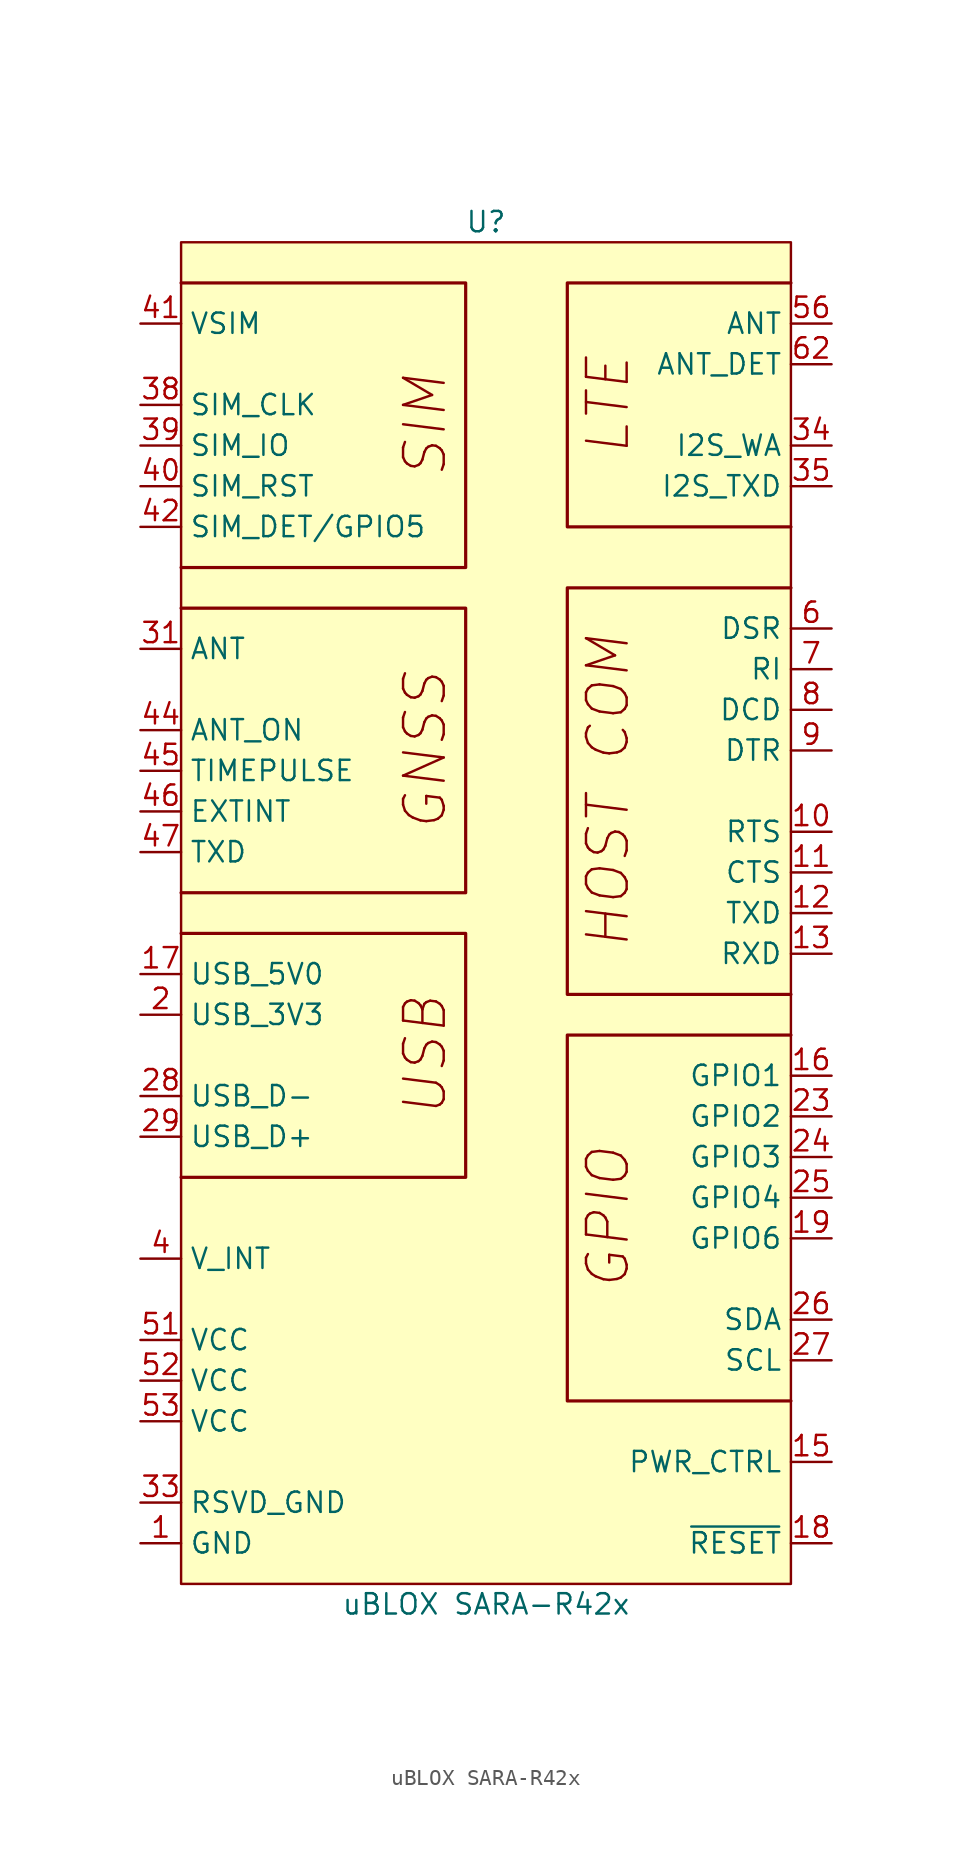
<source format=kicad_sym>
(kicad_symbol_lib
  (version 20220914)
  (generator kicad_symbol_editor)
  (symbol "uBLOX SARA-R42x"
    (property "Reference" "U"
      (at 19.05 1.27 0)
      (effects (font (size 1.27 1.27))))
    (property "Value" "uBLOX SARA-R42x"
      (at 19.05 -85.09 0)
      (effects (font (size 1.27 1.27))))
    (symbol "uBLOX SARA-R42x_0_0"
      (polyline (pts (xy 0 -58.42) (xy 17.78 -58.42) (xy 17.78 -43.18) (xy 0 -43.18)) (stroke (width 0.2) (type default)) (fill (type none)))
      (polyline (pts (xy 0 -40.64) (xy 17.78 -40.64) (xy 17.78 -22.86) (xy 0 -22.86)) (stroke (width 0.2) (type default)) (fill (type none)))
      (polyline (pts (xy 0 -20.32) (xy 17.78 -20.32) (xy 17.78 -2.54) (xy 0 -2.54)) (stroke (width 0.2) (type default)) (fill (type none)))
      (polyline (pts (xy 38.1 -72.39) (xy 24.13 -72.39) (xy 24.13 -49.53) (xy 38.1 -49.53)) (stroke (width 0.2) (type default)) (fill (type none)))
      (polyline (pts (xy 38.1 -46.99) (xy 24.13 -46.99) (xy 24.13 -21.59) (xy 38.1 -21.59)) (stroke (width 0.2) (type default)) (fill (type none)))
      (polyline (pts (xy 38.1 -17.78) (xy 24.13 -17.78) (xy 24.13 -2.54) (xy 38.1 -2.54)) (stroke (width 0.2) (type default)) (fill (type none)))
      (rectangle (start 0 0) (end 38.1 -83.82) (stroke (width 0) (type default)) (fill (type background)))
      (text "GNSS" (at 15.24 -31.75 900) (effects (font (size 2.54 2.54) italic)))
      (text "GPIO" (at 26.67 -60.96 900) (effects (font (size 2.54 2.54) italic)))
      (text "HOST COM" (at 26.67 -34.29 900) (effects (font (size 2.54 2.54) italic)))
      (text "LTE" (at 26.67 -10.16 900) (effects (font (size 2.54 2.54) italic)))
      (text "SIM" (at 15.24 -11.43 900) (effects (font (size 2.54 2.54) italic)))
      (text "USB" (at 15.24 -50.8 900) (effects (font (size 2.54 2.54) italic))))
    (symbol "uBLOX SARA-R42x_1_1"
      (pin power_in line (at -2.54 -81.28 0) (length 2.54) (name "GND" (effects (font (size 1.27 1.27)))) (number "1" (effects (font (size 1.27 1.27)))))
      (pin input line (at 40.64 -36.83 180) (length 2.54) (name "RTS" (effects (font (size 1.27 1.27)))) (number "10" (effects (font (size 1.27 1.27)))))
      (pin output line (at 40.64 -39.37 180) (length 2.54) (name "CTS" (effects (font (size 1.27 1.27)))) (number "11" (effects (font (size 1.27 1.27)))))
      (pin input line (at 40.64 -41.91 180) (length 2.54) (name "TXD" (effects (font (size 1.27 1.27)))) (number "12" (effects (font (size 1.27 1.27)))))
      (pin output line (at 40.64 -44.45 180) (length 2.54) (name "RXD" (effects (font (size 1.27 1.27)))) (number "13" (effects (font (size 1.27 1.27)))))
      (pin passive line (at -2.54 -81.28 0) (length 2.54) hide (name "GND" (effects (font (size 1.27 1.27)))) (number "14" (effects (font (size 1.27 1.27)))))
      (pin input line (at 40.64 -76.2 180) (length 2.54) (name "PWR_CTRL" (effects (font (size 1.27 1.27)))) (number "15" (effects (font (size 1.27 1.27)))))
      (pin bidirectional line (at 40.64 -52.07 180) (length 2.54) (name "GPIO1" (effects (font (size 1.27 1.27)))) (number "16" (effects (font (size 1.27 1.27)))))
      (pin input line (at -2.54 -45.72 0) (length 2.54) (name "USB_5V0" (effects (font (size 1.27 1.27)))) (number "17" (effects (font (size 1.27 1.27)))))
      (pin input line (at 40.64 -81.28 180) (length 2.54) (name "~{RESET}" (effects (font (size 1.27 1.27)))) (number "18" (effects (font (size 1.27 1.27)))))
      (pin bidirectional line (at 40.64 -62.23 180) (length 2.54) (name "GPIO6" (effects (font (size 1.27 1.27)))) (number "19" (effects (font (size 1.27 1.27)))))
      (pin power_out line (at -2.54 -48.26 0) (length 2.54) (name "USB_3V3" (effects (font (size 1.27 1.27)))) (number "2" (effects (font (size 1.27 1.27)))))
      (pin passive line (at -2.54 -81.28 0) (length 2.54) hide (name "GND" (effects (font (size 1.27 1.27)))) (number "20" (effects (font (size 1.27 1.27)))))
      (pin passive line (at -2.54 -81.28 0) (length 2.54) hide (name "GND" (effects (font (size 1.27 1.27)))) (number "21" (effects (font (size 1.27 1.27)))))
      (pin passive line (at -2.54 -81.28 0) (length 2.54) hide (name "GND" (effects (font (size 1.27 1.27)))) (number "22" (effects (font (size 1.27 1.27)))))
      (pin bidirectional line (at 40.64 -54.61 180) (length 2.54) (name "GPIO2" (effects (font (size 1.27 1.27)))) (number "23" (effects (font (size 1.27 1.27)))))
      (pin bidirectional line (at 40.64 -57.15 180) (length 2.54) (name "GPIO3" (effects (font (size 1.27 1.27)))) (number "24" (effects (font (size 1.27 1.27)))))
      (pin bidirectional line (at 40.64 -59.69 180) (length 2.54) (name "GPIO4" (effects (font (size 1.27 1.27)))) (number "25" (effects (font (size 1.27 1.27)))))
      (pin bidirectional line (at 40.64 -67.31 180) (length 2.54) (name "SDA" (effects (font (size 1.27 1.27)))) (number "26" (effects (font (size 1.27 1.27)))))
      (pin output line (at 40.64 -69.85 180) (length 2.54) (name "SCL" (effects (font (size 1.27 1.27)))) (number "27" (effects (font (size 1.27 1.27)))))
      (pin bidirectional line (at -2.54 -53.34 0) (length 2.54) (name "USB_D-" (effects (font (size 1.27 1.27)))) (number "28" (effects (font (size 1.27 1.27)))))
      (pin bidirectional line (at -2.54 -55.88 0) (length 2.54) (name "USB_D+" (effects (font (size 1.27 1.27)))) (number "29" (effects (font (size 1.27 1.27)))))
      (pin passive line (at -2.54 -81.28 0) (length 2.54) hide (name "GND" (effects (font (size 1.27 1.27)))) (number "3" (effects (font (size 1.27 1.27)))))
      (pin passive line (at -2.54 -81.28 0) (length 2.54) hide (name "GND" (effects (font (size 1.27 1.27)))) (number "30" (effects (font (size 1.27 1.27)))))
      (pin passive line (at -2.54 -25.4 0) (length 2.54) (name "ANT" (effects (font (size 1.27 1.27)))) (number "31" (effects (font (size 1.27 1.27)))))
      (pin passive line (at -2.54 -81.28 0) (length 2.54) hide (name "GND" (effects (font (size 1.27 1.27)))) (number "32" (effects (font (size 1.27 1.27)))))
      (pin passive line (at -2.54 -78.74 0) (length 2.54) (name "RSVD_GND" (effects (font (size 1.27 1.27)))) (number "33" (effects (font (size 1.27 1.27)))))
      (pin bidirectional line (at 40.64 -12.7 180) (length 2.54) (name "I2S_WA" (effects (font (size 1.27 1.27)))) (number "34" (effects (font (size 1.27 1.27)))))
      (pin output line (at 40.64 -15.24 180) (length 2.54) (name "I2S_TXD" (effects (font (size 1.27 1.27)))) (number "35" (effects (font (size 1.27 1.27)))))
      (pin output line (at -2.54 -10.16 0) (length 2.54) (name "SIM_CLK" (effects (font (size 1.27 1.27)))) (number "38" (effects (font (size 1.27 1.27)))))
      (pin bidirectional line (at -2.54 -12.7 0) (length 2.54) (name "SIM_IO" (effects (font (size 1.27 1.27)))) (number "39" (effects (font (size 1.27 1.27)))))
      (pin power_out line (at -2.54 -63.5 0) (length 2.54) (name "V_INT" (effects (font (size 1.27 1.27)))) (number "4" (effects (font (size 1.27 1.27)))))
      (pin output line (at -2.54 -15.24 0) (length 2.54) (name "SIM_RST" (effects (font (size 1.27 1.27)))) (number "40" (effects (font (size 1.27 1.27)))))
      (pin power_out line (at -2.54 -5.08 0) (length 2.54) (name "VSIM" (effects (font (size 1.27 1.27)))) (number "41" (effects (font (size 1.27 1.27)))))
      (pin input line (at -2.54 -17.78 0) (length 2.54) (name "SIM_DET/GPIO5" (effects (font (size 1.27 1.27)))) (number "42" (effects (font (size 1.27 1.27)))))
      (pin passive line (at -2.54 -81.28 0) (length 2.54) hide (name "GND" (effects (font (size 1.27 1.27)))) (number "43" (effects (font (size 1.27 1.27)))))
      (pin output line (at -2.54 -30.48 0) (length 2.54) (name "ANT_ON" (effects (font (size 1.27 1.27)))) (number "44" (effects (font (size 1.27 1.27)))))
      (pin output line (at -2.54 -33.02 0) (length 2.54) (name "TIMEPULSE" (effects (font (size 1.27 1.27)))) (number "45" (effects (font (size 1.27 1.27)))))
      (pin input line (at -2.54 -35.56 0) (length 2.54) (name "EXTINT" (effects (font (size 1.27 1.27)))) (number "46" (effects (font (size 1.27 1.27)))))
      (pin output line (at -2.54 -38.1 0) (length 2.54) (name "TXD" (effects (font (size 1.27 1.27)))) (number "47" (effects (font (size 1.27 1.27)))))
      (pin passive line (at -2.54 -81.28 0) (length 2.54) hide (name "GND" (effects (font (size 1.27 1.27)))) (number "5" (effects (font (size 1.27 1.27)))))
      (pin passive line (at -2.54 -81.28 0) (length 2.54) hide (name "GND" (effects (font (size 1.27 1.27)))) (number "50" (effects (font (size 1.27 1.27)))))
      (pin power_in line (at -2.54 -68.58 0) (length 2.54) (name "VCC" (effects (font (size 1.27 1.27)))) (number "51" (effects (font (size 1.27 1.27)))))
      (pin power_in line (at -2.54 -71.12 0) (length 2.54) (name "VCC" (effects (font (size 1.27 1.27)))) (number "52" (effects (font (size 1.27 1.27)))))
      (pin power_in line (at -2.54 -73.66 0) (length 2.54) (name "VCC" (effects (font (size 1.27 1.27)))) (number "53" (effects (font (size 1.27 1.27)))))
      (pin passive line (at -2.54 -81.28 0) (length 2.54) hide (name "GND" (effects (font (size 1.27 1.27)))) (number "54" (effects (font (size 1.27 1.27)))))
      (pin passive line (at -2.54 -81.28 0) (length 2.54) hide (name "GND" (effects (font (size 1.27 1.27)))) (number "55" (effects (font (size 1.27 1.27)))))
      (pin passive line (at 40.64 -5.08 180) (length 2.54) (name "ANT" (effects (font (size 1.27 1.27)))) (number "56" (effects (font (size 1.27 1.27)))))
      (pin passive line (at -2.54 -81.28 0) (length 2.54) hide (name "GND" (effects (font (size 1.27 1.27)))) (number "57" (effects (font (size 1.27 1.27)))))
      (pin passive line (at -2.54 -81.28 0) (length 2.54) hide (name "GND" (effects (font (size 1.27 1.27)))) (number "58" (effects (font (size 1.27 1.27)))))
      (pin passive line (at -2.54 -81.28 0) (length 2.54) hide (name "GND" (effects (font (size 1.27 1.27)))) (number "59" (effects (font (size 1.27 1.27)))))
      (pin output line (at 40.64 -24.13 180) (length 2.54) (name "DSR" (effects (font (size 1.27 1.27)))) (number "6" (effects (font (size 1.27 1.27)))))
      (pin passive line (at -2.54 -81.28 0) (length 2.54) hide (name "GND" (effects (font (size 1.27 1.27)))) (number "60" (effects (font (size 1.27 1.27)))))
      (pin passive line (at -2.54 -81.28 0) (length 2.54) hide (name "GND" (effects (font (size 1.27 1.27)))) (number "61" (effects (font (size 1.27 1.27)))))
      (pin input line (at 40.64 -7.62 180) (length 2.54) (name "ANT_DET" (effects (font (size 1.27 1.27)))) (number "62" (effects (font (size 1.27 1.27)))))
      (pin passive line (at -2.54 -81.28 0) (length 2.54) hide (name "GND" (effects (font (size 1.27 1.27)))) (number "63" (effects (font (size 1.27 1.27)))))
      (pin passive line (at -2.54 -81.28 0) (length 2.54) hide (name "GND" (effects (font (size 1.27 1.27)))) (number "64" (effects (font (size 1.27 1.27)))))
      (pin passive line (at -2.54 -81.28 0) (length 2.54) hide (name "GND" (effects (font (size 1.27 1.27)))) (number "65" (effects (font (size 1.27 1.27)))))
      (pin passive line (at -2.54 -81.28 0) (length 2.54) hide (name "GND" (effects (font (size 1.27 1.27)))) (number "66" (effects (font (size 1.27 1.27)))))
      (pin passive line (at -2.54 -81.28 0) (length 2.54) hide (name "GND" (effects (font (size 1.27 1.27)))) (number "67" (effects (font (size 1.27 1.27)))))
      (pin passive line (at -2.54 -81.28 0) (length 2.54) hide (name "GND" (effects (font (size 1.27 1.27)))) (number "68" (effects (font (size 1.27 1.27)))))
      (pin passive line (at -2.54 -81.28 0) (length 2.54) hide (name "GND" (effects (font (size 1.27 1.27)))) (number "69" (effects (font (size 1.27 1.27)))))
      (pin output line (at 40.64 -26.67 180) (length 2.54) (name "RI" (effects (font (size 1.27 1.27)))) (number "7" (effects (font (size 1.27 1.27)))))
      (pin passive line (at -2.54 -81.28 0) (length 2.54) hide (name "GND" (effects (font (size 1.27 1.27)))) (number "70" (effects (font (size 1.27 1.27)))))
      (pin passive line (at -2.54 -81.28 0) (length 2.54) hide (name "GND" (effects (font (size 1.27 1.27)))) (number "71" (effects (font (size 1.27 1.27)))))
      (pin passive line (at -2.54 -81.28 0) (length 2.54) hide (name "GND" (effects (font (size 1.27 1.27)))) (number "72" (effects (font (size 1.27 1.27)))))
      (pin passive line (at -2.54 -81.28 0) (length 2.54) hide (name "GND" (effects (font (size 1.27 1.27)))) (number "73" (effects (font (size 1.27 1.27)))))
      (pin passive line (at -2.54 -81.28 0) (length 2.54) hide (name "GND" (effects (font (size 1.27 1.27)))) (number "74" (effects (font (size 1.27 1.27)))))
      (pin passive line (at -2.54 -81.28 0) (length 2.54) hide (name "GND" (effects (font (size 1.27 1.27)))) (number "75" (effects (font (size 1.27 1.27)))))
      (pin passive line (at -2.54 -81.28 0) (length 2.54) hide (name "GND" (effects (font (size 1.27 1.27)))) (number "76" (effects (font (size 1.27 1.27)))))
      (pin passive line (at -2.54 -81.28 0) (length 2.54) hide (name "GND" (effects (font (size 1.27 1.27)))) (number "77" (effects (font (size 1.27 1.27)))))
      (pin passive line (at -2.54 -81.28 0) (length 2.54) hide (name "GND" (effects (font (size 1.27 1.27)))) (number "78" (effects (font (size 1.27 1.27)))))
      (pin passive line (at -2.54 -81.28 0) (length 2.54) hide (name "GND" (effects (font (size 1.27 1.27)))) (number "79" (effects (font (size 1.27 1.27)))))
      (pin output line (at 40.64 -29.21 180) (length 2.54) (name "DCD" (effects (font (size 1.27 1.27)))) (number "8" (effects (font (size 1.27 1.27)))))
      (pin passive line (at -2.54 -81.28 0) (length 2.54) hide (name "GND" (effects (font (size 1.27 1.27)))) (number "80" (effects (font (size 1.27 1.27)))))
      (pin passive line (at -2.54 -81.28 0) (length 2.54) hide (name "GND" (effects (font (size 1.27 1.27)))) (number "81" (effects (font (size 1.27 1.27)))))
      (pin passive line (at -2.54 -81.28 0) (length 2.54) hide (name "GND" (effects (font (size 1.27 1.27)))) (number "82" (effects (font (size 1.27 1.27)))))
      (pin passive line (at -2.54 -81.28 0) (length 2.54) hide (name "GND" (effects (font (size 1.27 1.27)))) (number "83" (effects (font (size 1.27 1.27)))))
      (pin passive line (at -2.54 -81.28 0) (length 2.54) hide (name "GND" (effects (font (size 1.27 1.27)))) (number "84" (effects (font (size 1.27 1.27)))))
      (pin passive line (at -2.54 -81.28 0) (length 2.54) hide (name "GND" (effects (font (size 1.27 1.27)))) (number "85" (effects (font (size 1.27 1.27)))))
      (pin passive line (at -2.54 -81.28 0) (length 2.54) hide (name "GND" (effects (font (size 1.27 1.27)))) (number "86" (effects (font (size 1.27 1.27)))))
      (pin passive line (at -2.54 -81.28 0) (length 2.54) hide (name "GND" (effects (font (size 1.27 1.27)))) (number "87" (effects (font (size 1.27 1.27)))))
      (pin passive line (at -2.54 -81.28 0) (length 2.54) hide (name "GND" (effects (font (size 1.27 1.27)))) (number "88" (effects (font (size 1.27 1.27)))))
      (pin passive line (at -2.54 -81.28 0) (length 2.54) hide (name "GND" (effects (font (size 1.27 1.27)))) (number "89" (effects (font (size 1.27 1.27)))))
      (pin input line (at 40.64 -31.75 180) (length 2.54) (name "DTR" (effects (font (size 1.27 1.27)))) (number "9" (effects (font (size 1.27 1.27)))))
      (pin passive line (at -2.54 -81.28 0) (length 2.54) hide (name "GND" (effects (font (size 1.27 1.27)))) (number "90" (effects (font (size 1.27 1.27)))))
      (pin passive line (at -2.54 -81.28 0) (length 2.54) hide (name "GND" (effects (font (size 1.27 1.27)))) (number "91" (effects (font (size 1.27 1.27)))))
      (pin passive line (at -2.54 -81.28 0) (length 2.54) hide (name "GND" (effects (font (size 1.27 1.27)))) (number "92" (effects (font (size 1.27 1.27)))))
      (pin passive line (at -2.54 -81.28 0) (length 2.54) hide (name "GND" (effects (font (size 1.27 1.27)))) (number "93" (effects (font (size 1.27 1.27)))))
      (pin passive line (at -2.54 -81.28 0) (length 2.54) hide (name "GND" (effects (font (size 1.27 1.27)))) (number "94" (effects (font (size 1.27 1.27)))))
      (pin passive line (at -2.54 -81.28 0) (length 2.54) hide (name "GND" (effects (font (size 1.27 1.27)))) (number "95" (effects (font (size 1.27 1.27)))))
      (pin passive line (at -2.54 -81.28 0) (length 2.54) hide (name "GND" (effects (font (size 1.27 1.27)))) (number "96" (effects (font (size 1.27 1.27))))))))
</source>
